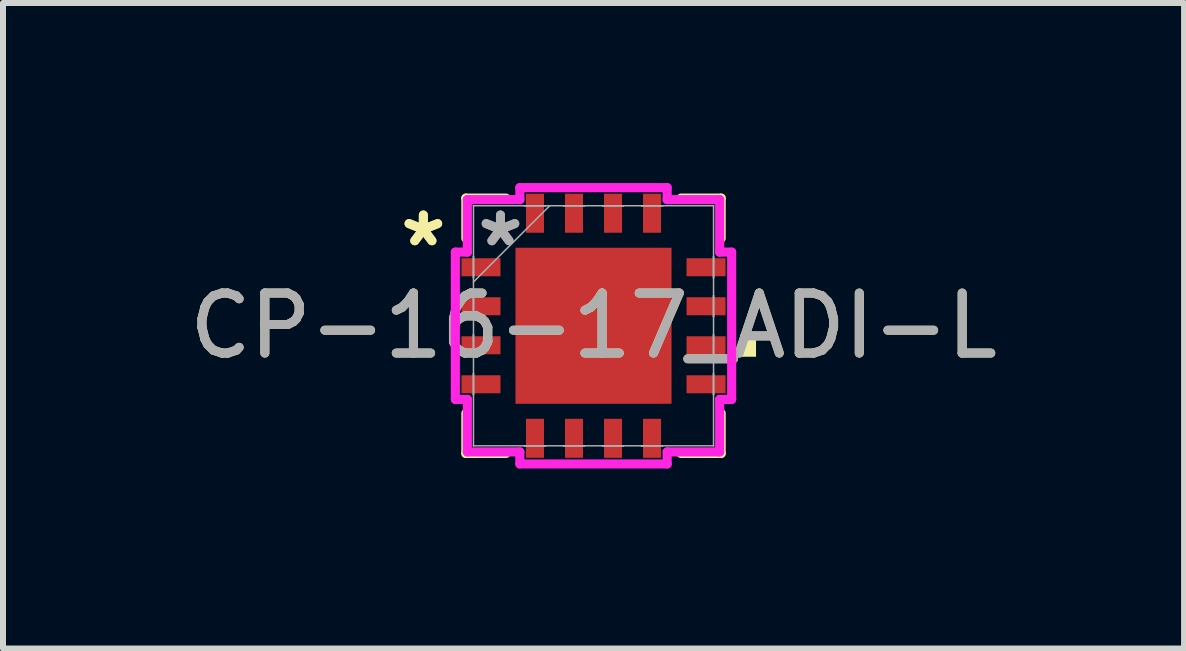
<source format=kicad_pcb>
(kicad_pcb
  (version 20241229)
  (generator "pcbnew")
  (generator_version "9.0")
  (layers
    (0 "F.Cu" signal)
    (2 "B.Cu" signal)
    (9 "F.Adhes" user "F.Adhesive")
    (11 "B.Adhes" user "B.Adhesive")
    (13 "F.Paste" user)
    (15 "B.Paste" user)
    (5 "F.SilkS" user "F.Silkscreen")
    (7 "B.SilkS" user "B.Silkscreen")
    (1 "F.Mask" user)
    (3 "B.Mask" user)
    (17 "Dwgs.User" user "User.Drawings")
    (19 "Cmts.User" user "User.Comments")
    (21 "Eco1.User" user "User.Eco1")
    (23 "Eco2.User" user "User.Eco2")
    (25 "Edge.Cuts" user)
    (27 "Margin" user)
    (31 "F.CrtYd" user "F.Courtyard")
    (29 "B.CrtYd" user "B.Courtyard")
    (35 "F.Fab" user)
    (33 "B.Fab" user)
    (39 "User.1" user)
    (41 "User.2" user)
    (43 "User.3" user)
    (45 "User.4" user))
  (footprint "CP-16-17_ADI-L"
    (layer "F.Cu")
    (at 6.839 2.378)
    (property "Reference" "CP-16-17_ADI-L" (at 0 0 0) (unlocked yes) (layer "F.SilkS") (effects (font (size 1 1) (thickness 0.15))))
    (attr smd)
    (fp_line (start -2.127 -2.127) (end -2.127 -1.458) (stroke (width 0.152) (type solid)) (layer "F.SilkS"))
    (fp_line (start -2.127 1.458) (end -2.127 2.127) (stroke (width 0.152) (type solid)) (layer "F.SilkS"))
    (fp_line (start -2.127 2.127) (end -1.458 2.127) (stroke (width 0.152) (type solid)) (layer "F.SilkS"))
    (fp_line (start -1.458 -2.127) (end -2.127 -2.127) (stroke (width 0.152) (type solid)) (layer "F.SilkS"))
    (fp_line (start 1.458 2.127) (end 2.127 2.127) (stroke (width 0.152) (type solid)) (layer "F.SilkS"))
    (fp_line (start 2.127 -2.127) (end 1.458 -2.127) (stroke (width 0.152) (type solid)) (layer "F.SilkS"))
    (fp_line (start 2.127 -1.458) (end 2.127 -2.127) (stroke (width 0.152) (type solid)) (layer "F.SilkS"))
    (fp_line (start 2.127 2.127) (end 2.127 1.458) (stroke (width 0.152) (type solid)) (layer "F.SilkS"))
    (fp_poly (pts (xy 2.708 0.135) (xy 2.708 0.516) (xy 2.454 0.516) (xy 2.454 0.135)) (stroke (width 0) (type solid)) (fill yes) (layer "F.SilkS"))
    (fp_poly (pts (xy -1.2 -1.2) (xy -1.2 -0.1) (xy -0.1 -0.1) (xy -0.1 -1.2)) (stroke (width 0) (type solid)) (fill yes) (layer "F.Paste"))
    (fp_poly (pts (xy -1.2 0.1) (xy -1.2 1.2) (xy -0.1 1.2) (xy -0.1 0.1)) (stroke (width 0) (type solid)) (fill yes) (layer "F.Paste"))
    (fp_poly (pts (xy 0.1 -1.2) (xy 0.1 -0.1) (xy 1.2 -0.1) (xy 1.2 -1.2)) (stroke (width 0) (type solid)) (fill yes) (layer "F.Paste"))
    (fp_poly (pts (xy 0.1 0.1) (xy 0.1 1.2) (xy 1.2 1.2) (xy 1.2 0.1)) (stroke (width 0) (type solid)) (fill yes) (layer "F.Paste"))
    (fp_line (start -2.302 -1.227) (end -2.102 -1.227) (stroke (width 0.152) (type solid)) (layer "F.CrtYd"))
    (fp_line (start -2.302 1.227) (end -2.302 -1.227) (stroke (width 0.152) (type solid)) (layer "F.CrtYd"))
    (fp_line (start -2.102 -2.102) (end -1.227 -2.102) (stroke (width 0.152) (type solid)) (layer "F.CrtYd"))
    (fp_line (start -2.102 -1.227) (end -2.102 -2.102) (stroke (width 0.152) (type solid)) (layer "F.CrtYd"))
    (fp_line (start -2.102 1.227) (end -2.302 1.227) (stroke (width 0.152) (type solid)) (layer "F.CrtYd"))
    (fp_line (start -2.102 2.102) (end -2.102 1.227) (stroke (width 0.152) (type solid)) (layer "F.CrtYd"))
    (fp_line (start -1.227 -2.302) (end 1.227 -2.302) (stroke (width 0.152) (type solid)) (layer "F.CrtYd"))
    (fp_line (start -1.227 -2.102) (end -1.227 -2.302) (stroke (width 0.152) (type solid)) (layer "F.CrtYd"))
    (fp_line (start -1.227 2.102) (end -2.102 2.102) (stroke (width 0.152) (type solid)) (layer "F.CrtYd"))
    (fp_line (start -1.227 2.302) (end -1.227 2.102) (stroke (width 0.152) (type solid)) (layer "F.CrtYd"))
    (fp_line (start 1.227 -2.302) (end 1.227 -2.102) (stroke (width 0.152) (type solid)) (layer "F.CrtYd"))
    (fp_line (start 1.227 -2.102) (end 2.102 -2.102) (stroke (width 0.152) (type solid)) (layer "F.CrtYd"))
    (fp_line (start 1.227 2.102) (end 1.227 2.302) (stroke (width 0.152) (type solid)) (layer "F.CrtYd"))
    (fp_line (start 1.227 2.302) (end -1.227 2.302) (stroke (width 0.152) (type solid)) (layer "F.CrtYd"))
    (fp_line (start 2.102 -2.102) (end 2.102 -1.227) (stroke (width 0.152) (type solid)) (layer "F.CrtYd"))
    (fp_line (start 2.102 -1.227) (end 2.302 -1.227) (stroke (width 0.152) (type solid)) (layer "F.CrtYd"))
    (fp_line (start 2.102 1.227) (end 2.102 2.102) (stroke (width 0.152) (type solid)) (layer "F.CrtYd"))
    (fp_line (start 2.102 2.102) (end 1.227 2.102) (stroke (width 0.152) (type solid)) (layer "F.CrtYd"))
    (fp_line (start 2.302 -1.227) (end 2.302 1.227) (stroke (width 0.152) (type solid)) (layer "F.CrtYd"))
    (fp_line (start 2.302 1.227) (end 2.102 1.227) (stroke (width 0.152) (type solid)) (layer "F.CrtYd"))
    (fp_line (start -2 -2) (end -2 -2) (stroke (width 0.025) (type solid)) (layer "F.Fab"))
    (fp_line (start -2 -2) (end -2 2) (stroke (width 0.025) (type solid)) (layer "F.Fab"))
    (fp_line (start -2 -1.15) (end -2 -1.15) (stroke (width 0.025) (type solid)) (layer "F.Fab"))
    (fp_line (start -2 -1.15) (end -2 -0.8) (stroke (width 0.025) (type solid)) (layer "F.Fab"))
    (fp_line (start -2 -0.8) (end -2 -1.15) (stroke (width 0.025) (type solid)) (layer "F.Fab"))
    (fp_line (start -2 -0.8) (end -2 -0.8) (stroke (width 0.025) (type solid)) (layer "F.Fab"))
    (fp_line (start -2 -0.73) (end -0.73 -2) (stroke (width 0.025) (type solid)) (layer "F.Fab"))
    (fp_line (start -2 -0.5) (end -2 -0.5) (stroke (width 0.025) (type solid)) (layer "F.Fab"))
    (fp_line (start -2 -0.5) (end -2 -0.15) (stroke (width 0.025) (type solid)) (layer "F.Fab"))
    (fp_line (start -2 -0.15) (end -2 -0.5) (stroke (width 0.025) (type solid)) (layer "F.Fab"))
    (fp_line (start -2 -0.15) (end -2 -0.15) (stroke (width 0.025) (type solid)) (layer "F.Fab"))
    (fp_line (start -2 0.15) (end -2 0.15) (stroke (width 0.025) (type solid)) (layer "F.Fab"))
    (fp_line (start -2 0.15) (end -2 0.5) (stroke (width 0.025) (type solid)) (layer "F.Fab"))
    (fp_line (start -2 0.5) (end -2 0.15) (stroke (width 0.025) (type solid)) (layer "F.Fab"))
    (fp_line (start -2 0.5) (end -2 0.5) (stroke (width 0.025) (type solid)) (layer "F.Fab"))
    (fp_line (start -2 0.8) (end -2 0.8) (stroke (width 0.025) (type solid)) (layer "F.Fab"))
    (fp_line (start -2 0.8) (end -2 1.15) (stroke (width 0.025) (type solid)) (layer "F.Fab"))
    (fp_line (start -2 1.15) (end -2 0.8) (stroke (width 0.025) (type solid)) (layer "F.Fab"))
    (fp_line (start -2 1.15) (end -2 1.15) (stroke (width 0.025) (type solid)) (layer "F.Fab"))
    (fp_line (start -2 2) (end -2 2) (stroke (width 0.025) (type solid)) (layer "F.Fab"))
    (fp_line (start -2 2) (end 2 2) (stroke (width 0.025) (type solid)) (layer "F.Fab"))
    (fp_line (start -1.15 -2) (end -1.15 -2) (stroke (width 0.025) (type solid)) (layer "F.Fab"))
    (fp_line (start -1.15 -2) (end -0.8 -2) (stroke (width 0.025) (type solid)) (layer "F.Fab"))
    (fp_line (start -1.15 2) (end -1.15 2) (stroke (width 0.025) (type solid)) (layer "F.Fab"))
    (fp_line (start -1.15 2) (end -0.8 2) (stroke (width 0.025) (type solid)) (layer "F.Fab"))
    (fp_line (start -0.8 -2) (end -1.15 -2) (stroke (width 0.025) (type solid)) (layer "F.Fab"))
    (fp_line (start -0.8 -2) (end -0.8 -2) (stroke (width 0.025) (type solid)) (layer "F.Fab"))
    (fp_line (start -0.8 2) (end -1.15 2) (stroke (width 0.025) (type solid)) (layer "F.Fab"))
    (fp_line (start -0.8 2) (end -0.8 2) (stroke (width 0.025) (type solid)) (layer "F.Fab"))
    (fp_line (start -0.5 -2) (end -0.5 -2) (stroke (width 0.025) (type solid)) (layer "F.Fab"))
    (fp_line (start -0.5 -2) (end -0.15 -2) (stroke (width 0.025) (type solid)) (layer "F.Fab"))
    (fp_line (start -0.5 2) (end -0.5 2) (stroke (width 0.025) (type solid)) (layer "F.Fab"))
    (fp_line (start -0.5 2) (end -0.15 2) (stroke (width 0.025) (type solid)) (layer "F.Fab"))
    (fp_line (start -0.15 -2) (end -0.5 -2) (stroke (width 0.025) (type solid)) (layer "F.Fab"))
    (fp_line (start -0.15 -2) (end -0.15 -2) (stroke (width 0.025) (type solid)) (layer "F.Fab"))
    (fp_line (start -0.15 2) (end -0.5 2) (stroke (width 0.025) (type solid)) (layer "F.Fab"))
    (fp_line (start -0.15 2) (end -0.15 2) (stroke (width 0.025) (type solid)) (layer "F.Fab"))
    (fp_line (start 0.15 -2) (end 0.15 -2) (stroke (width 0.025) (type solid)) (layer "F.Fab"))
    (fp_line (start 0.15 -2) (end 0.5 -2) (stroke (width 0.025) (type solid)) (layer "F.Fab"))
    (fp_line (start 0.15 2) (end 0.15 2) (stroke (width 0.025) (type solid)) (layer "F.Fab"))
    (fp_line (start 0.15 2) (end 0.5 2) (stroke (width 0.025) (type solid)) (layer "F.Fab"))
    (fp_line (start 0.5 -2) (end 0.15 -2) (stroke (width 0.025) (type solid)) (layer "F.Fab"))
    (fp_line (start 0.5 -2) (end 0.5 -2) (stroke (width 0.025) (type solid)) (layer "F.Fab"))
    (fp_line (start 0.5 2) (end 0.15 2) (stroke (width 0.025) (type solid)) (layer "F.Fab"))
    (fp_line (start 0.5 2) (end 0.5 2) (stroke (width 0.025) (type solid)) (layer "F.Fab"))
    (fp_line (start 0.8 -2) (end 0.8 -2) (stroke (width 0.025) (type solid)) (layer "F.Fab"))
    (fp_line (start 0.8 -2) (end 1.15 -2) (stroke (width 0.025) (type solid)) (layer "F.Fab"))
    (fp_line (start 0.8 2) (end 0.8 2) (stroke (width 0.025) (type solid)) (layer "F.Fab"))
    (fp_line (start 0.8 2) (end 1.15 2) (stroke (width 0.025) (type solid)) (layer "F.Fab"))
    (fp_line (start 1.15 -2) (end 0.8 -2) (stroke (width 0.025) (type solid)) (layer "F.Fab"))
    (fp_line (start 1.15 -2) (end 1.15 -2) (stroke (width 0.025) (type solid)) (layer "F.Fab"))
    (fp_line (start 1.15 2) (end 0.8 2) (stroke (width 0.025) (type solid)) (layer "F.Fab"))
    (fp_line (start 1.15 2) (end 1.15 2) (stroke (width 0.025) (type solid)) (layer "F.Fab"))
    (fp_line (start 2 -2) (end -2 -2) (stroke (width 0.025) (type solid)) (layer "F.Fab"))
    (fp_line (start 2 -2) (end 2 -2) (stroke (width 0.025) (type solid)) (layer "F.Fab"))
    (fp_line (start 2 -1.15) (end 2 -1.15) (stroke (width 0.025) (type solid)) (layer "F.Fab"))
    (fp_line (start 2 -1.15) (end 2 -0.8) (stroke (width 0.025) (type solid)) (layer "F.Fab"))
    (fp_line (start 2 -0.8) (end 2 -1.15) (stroke (width 0.025) (type solid)) (layer "F.Fab"))
    (fp_line (start 2 -0.8) (end 2 -0.8) (stroke (width 0.025) (type solid)) (layer "F.Fab"))
    (fp_line (start 2 -0.5) (end 2 -0.5) (stroke (width 0.025) (type solid)) (layer "F.Fab"))
    (fp_line (start 2 -0.5) (end 2 -0.15) (stroke (width 0.025) (type solid)) (layer "F.Fab"))
    (fp_line (start 2 -0.15) (end 2 -0.5) (stroke (width 0.025) (type solid)) (layer "F.Fab"))
    (fp_line (start 2 -0.15) (end 2 -0.15) (stroke (width 0.025) (type solid)) (layer "F.Fab"))
    (fp_line (start 2 0.15) (end 2 0.15) (stroke (width 0.025) (type solid)) (layer "F.Fab"))
    (fp_line (start 2 0.15) (end 2 0.5) (stroke (width 0.025) (type solid)) (layer "F.Fab"))
    (fp_line (start 2 0.5) (end 2 0.15) (stroke (width 0.025) (type solid)) (layer "F.Fab"))
    (fp_line (start 2 0.5) (end 2 0.5) (stroke (width 0.025) (type solid)) (layer "F.Fab"))
    (fp_line (start 2 0.8) (end 2 0.8) (stroke (width 0.025) (type solid)) (layer "F.Fab"))
    (fp_line (start 2 0.8) (end 2 1.15) (stroke (width 0.025) (type solid)) (layer "F.Fab"))
    (fp_line (start 2 1.15) (end 2 0.8) (stroke (width 0.025) (type solid)) (layer "F.Fab"))
    (fp_line (start 2 1.15) (end 2 1.15) (stroke (width 0.025) (type solid)) (layer "F.Fab"))
    (fp_line (start 2 2) (end 2 -2) (stroke (width 0.025) (type solid)) (layer "F.Fab"))
    (fp_line (start 2 2) (end 2 2) (stroke (width 0.025) (type solid)) (layer "F.Fab"))
    (fp_text user "*" (at -2.835 -1.3 0) (unlocked yes) (layer "F.SilkS") (effects (font (size 1 1) (thickness 0.15))))
    (fp_text user "*" (at -2.835 -1.3 0) (layer "F.SilkS") (effects (font (size 1 1) (thickness 0.15))))
    (fp_text user "*" (at -1.55 -1.3 0) (layer "F.Fab") (effects (font (size 1 1) (thickness 0.15))))
    (fp_text user "*" (at -1.55 -1.3 0) (unlocked yes) (layer "F.Fab") (effects (font (size 1 1) (thickness 0.15))))
    (fp_text user "${REFERENCE}" (at 0 0 0) (unlocked yes) (layer "F.Fab") (effects (font (size 1 1) (thickness 0.15))))
    (pad "1" smd rect (at -1.875 -0.975 90) (size 0.3 0.65) (layers "F.Cu" "F.Mask" "F.Paste"))
    (pad "2" smd rect (at -1.875 -0.325 90) (size 0.3 0.65) (layers "F.Cu" "F.Mask" "F.Paste"))
    (pad "3" smd rect (at -1.875 0.325 90) (size 0.3 0.65) (layers "F.Cu" "F.Mask" "F.Paste"))
    (pad "4" smd rect (at -1.875 0.975 90) (size 0.3 0.65) (layers "F.Cu" "F.Mask" "F.Paste"))
    (pad "5" smd rect (at -0.975 1.875) (size 0.3 0.65) (layers "F.Cu" "F.Mask" "F.Paste"))
    (pad "6" smd rect (at -0.325 1.875) (size 0.3 0.65) (layers "F.Cu" "F.Mask" "F.Paste"))
    (pad "7" smd rect (at 0.325 1.875) (size 0.3 0.65) (layers "F.Cu" "F.Mask" "F.Paste"))
    (pad "8" smd rect (at 0.975 1.875) (size 0.3 0.65) (layers "F.Cu" "F.Mask" "F.Paste"))
    (pad "9" smd rect (at 1.875 0.975 90) (size 0.3 0.65) (layers "F.Cu" "F.Mask" "F.Paste"))
    (pad "10" smd rect (at 1.875 0.325 90) (size 0.3 0.65) (layers "F.Cu" "F.Mask" "F.Paste"))
    (pad "11" smd rect (at 1.875 -0.325 90) (size 0.3 0.65) (layers "F.Cu" "F.Mask" "F.Paste"))
    (pad "12" smd rect (at 1.875 -0.975 90) (size 0.3 0.65) (layers "F.Cu" "F.Mask" "F.Paste"))
    (pad "13" smd rect (at 0.975 -1.875) (size 0.3 0.65) (layers "F.Cu" "F.Mask" "F.Paste"))
    (pad "14" smd rect (at 0.325 -1.875) (size 0.3 0.65) (layers "F.Cu" "F.Mask" "F.Paste"))
    (pad "15" smd rect (at -0.325 -1.875) (size 0.3 0.65) (layers "F.Cu" "F.Mask" "F.Paste"))
    (pad "16" smd rect (at -0.975 -1.875) (size 0.3 0.65) (layers "F.Cu" "F.Mask" "F.Paste"))
    (pad "17" smd rect (at 0 0) (size 2.6 2.6) (layers "F.Cu" "F.Mask" "F.Paste")))
  (gr_rect
    (start -3 -3)
    (end 16.679 7.756)
    (stroke (width 0.1) (type default))
    (fill no)
    (layer "Edge.Cuts")))
</source>
